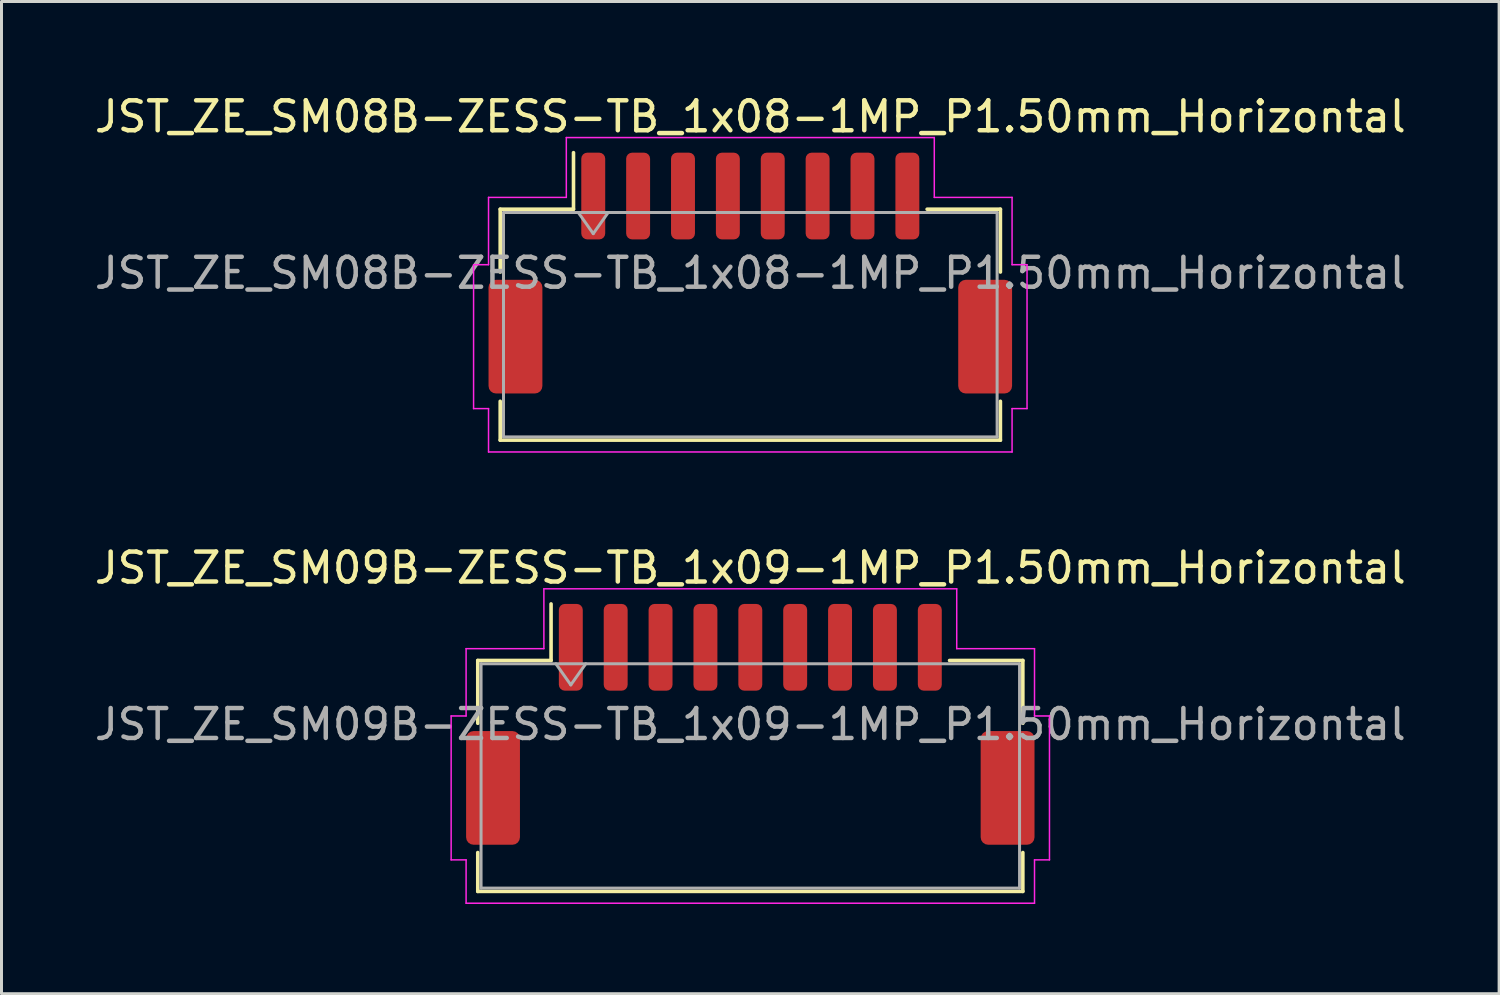
<source format=kicad_pcb>
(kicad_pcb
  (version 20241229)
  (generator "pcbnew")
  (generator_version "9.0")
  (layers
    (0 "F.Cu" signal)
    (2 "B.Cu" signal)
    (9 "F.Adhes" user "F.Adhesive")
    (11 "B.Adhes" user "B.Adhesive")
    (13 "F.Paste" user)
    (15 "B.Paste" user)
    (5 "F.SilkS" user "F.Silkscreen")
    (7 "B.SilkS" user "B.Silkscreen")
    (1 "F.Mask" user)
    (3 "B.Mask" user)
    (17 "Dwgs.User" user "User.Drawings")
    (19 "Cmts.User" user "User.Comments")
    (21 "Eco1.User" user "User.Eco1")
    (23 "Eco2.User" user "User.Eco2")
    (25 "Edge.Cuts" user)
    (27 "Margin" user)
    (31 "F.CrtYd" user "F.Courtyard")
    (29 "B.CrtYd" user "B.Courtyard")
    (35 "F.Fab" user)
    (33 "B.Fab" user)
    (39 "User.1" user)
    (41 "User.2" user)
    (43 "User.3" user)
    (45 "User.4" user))
  (footprint "JST_ZE_SM08B-ZESS-TB_1x08-1MP_P1.50mm_Horizontal"
    (layer "F.Cu")
    (at 22.03 6.078)
    (property "Reference" "JST_ZE_SM08B-ZESS-TB_1x08-1MP_P1.50mm_Horizontal" (at 0 -5.23 0) (layer "F.SilkS") (effects (font (size 1 1) (thickness 0.15))))
    (attr smd)
    (fp_line (start -8.36 -2.135) (end -5.91 -2.135) (stroke (width 0.12) (type solid)) (layer "F.SilkS"))
    (fp_line (start -8.36 -0.035) (end -8.36 -2.135) (stroke (width 0.12) (type solid)) (layer "F.SilkS"))
    (fp_line (start -8.36 4.285) (end -8.36 5.585) (stroke (width 0.12) (type solid)) (layer "F.SilkS"))
    (fp_line (start -8.36 5.585) (end 8.36 5.585) (stroke (width 0.12) (type solid)) (layer "F.SilkS"))
    (fp_line (start -5.91 -2.135) (end -5.91 -4.025) (stroke (width 0.12) (type solid)) (layer "F.SilkS"))
    (fp_line (start 8.36 -2.135) (end 5.91 -2.135) (stroke (width 0.12) (type solid)) (layer "F.SilkS"))
    (fp_line (start 8.36 -0.035) (end 8.36 -2.135) (stroke (width 0.12) (type solid)) (layer "F.SilkS"))
    (fp_line (start 8.36 5.585) (end 8.36 4.285) (stroke (width 0.12) (type solid)) (layer "F.SilkS"))
    (fp_line (start -9.25 -0.28) (end -8.75 -0.28) (stroke (width 0.05) (type solid)) (layer "F.CrtYd"))
    (fp_line (start -9.25 4.53) (end -9.25 -0.28) (stroke (width 0.05) (type solid)) (layer "F.CrtYd"))
    (fp_line (start -8.75 -2.53) (end -6.15 -2.53) (stroke (width 0.05) (type solid)) (layer "F.CrtYd"))
    (fp_line (start -8.75 -0.28) (end -8.75 -2.53) (stroke (width 0.05) (type solid)) (layer "F.CrtYd"))
    (fp_line (start -8.75 4.53) (end -9.25 4.53) (stroke (width 0.05) (type solid)) (layer "F.CrtYd"))
    (fp_line (start -8.75 5.98) (end -8.75 4.53) (stroke (width 0.05) (type solid)) (layer "F.CrtYd"))
    (fp_line (start -6.15 -4.53) (end 6.15 -4.53) (stroke (width 0.05) (type solid)) (layer "F.CrtYd"))
    (fp_line (start -6.15 -2.53) (end -6.15 -4.53) (stroke (width 0.05) (type solid)) (layer "F.CrtYd"))
    (fp_line (start 6.15 -4.53) (end 6.15 -2.53) (stroke (width 0.05) (type solid)) (layer "F.CrtYd"))
    (fp_line (start 6.15 -2.53) (end 8.75 -2.53) (stroke (width 0.05) (type solid)) (layer "F.CrtYd"))
    (fp_line (start 8.75 -2.53) (end 8.75 -0.28) (stroke (width 0.05) (type solid)) (layer "F.CrtYd"))
    (fp_line (start 8.75 -0.28) (end 9.25 -0.28) (stroke (width 0.05) (type solid)) (layer "F.CrtYd"))
    (fp_line (start 8.75 4.53) (end 8.75 5.98) (stroke (width 0.05) (type solid)) (layer "F.CrtYd"))
    (fp_line (start 8.75 5.98) (end -8.75 5.98) (stroke (width 0.05) (type solid)) (layer "F.CrtYd"))
    (fp_line (start 9.25 -0.28) (end 9.25 4.53) (stroke (width 0.05) (type solid)) (layer "F.CrtYd"))
    (fp_line (start 9.25 4.53) (end 8.75 4.53) (stroke (width 0.05) (type solid)) (layer "F.CrtYd"))
    (fp_line (start -8.25 -2.025) (end -8.25 5.475) (stroke (width 0.1) (type solid)) (layer "F.Fab"))
    (fp_line (start -8.25 -2.025) (end 8.25 -2.025) (stroke (width 0.1) (type solid)) (layer "F.Fab"))
    (fp_line (start -8.25 5.475) (end 8.25 5.475) (stroke (width 0.1) (type solid)) (layer "F.Fab"))
    (fp_line (start -5.75 -2.025) (end -5.25 -1.318) (stroke (width 0.1) (type solid)) (layer "F.Fab"))
    (fp_line (start -5.25 -1.318) (end -4.75 -2.025) (stroke (width 0.1) (type solid)) (layer "F.Fab"))
    (fp_line (start 8.25 -2.025) (end 8.25 5.475) (stroke (width 0.1) (type solid)) (layer "F.Fab"))
    (fp_text user "${REFERENCE}" (at 0 0 0) (layer "F.Fab") (effects (font (size 1 1) (thickness 0.15))))
    (pad "1" smd roundrect (at -5.25 -2.575) (size 0.8 2.9) (layers "F.Cu" "F.Mask" "F.Paste") (roundrect_rratio 0.25))
    (pad "2" smd roundrect (at -3.75 -2.575) (size 0.8 2.9) (layers "F.Cu" "F.Mask" "F.Paste") (roundrect_rratio 0.25))
    (pad "3" smd roundrect (at -2.25 -2.575) (size 0.8 2.9) (layers "F.Cu" "F.Mask" "F.Paste") (roundrect_rratio 0.25))
    (pad "4" smd roundrect (at -0.75 -2.575) (size 0.8 2.9) (layers "F.Cu" "F.Mask" "F.Paste") (roundrect_rratio 0.25))
    (pad "5" smd roundrect (at 0.75 -2.575) (size 0.8 2.9) (layers "F.Cu" "F.Mask" "F.Paste") (roundrect_rratio 0.25))
    (pad "6" smd roundrect (at 2.25 -2.575) (size 0.8 2.9) (layers "F.Cu" "F.Mask" "F.Paste") (roundrect_rratio 0.25))
    (pad "7" smd roundrect (at 3.75 -2.575) (size 0.8 2.9) (layers "F.Cu" "F.Mask" "F.Paste") (roundrect_rratio 0.25))
    (pad "8" smd roundrect (at 5.25 -2.575) (size 0.8 2.9) (layers "F.Cu" "F.Mask" "F.Paste") (roundrect_rratio 0.25))
    (pad "MP" smd roundrect (at -7.85 2.125) (size 1.8 3.8) (layers "F.Cu" "F.Mask" "F.Paste") (roundrect_rratio 0.139))
    (pad "MP" smd roundrect (at 7.85 2.125) (size 1.8 3.8) (layers "F.Cu" "F.Mask" "F.Paste") (roundrect_rratio 0.139)))
  (footprint "JST_ZE_SM09B-ZESS-TB_1x09-1MP_P1.50mm_Horizontal"
    (layer "F.Cu")
    (at 22.03 21.162)
    (property "Reference" "JST_ZE_SM09B-ZESS-TB_1x09-1MP_P1.50mm_Horizontal" (at 0 -5.23 0) (layer "F.SilkS") (effects (font (size 1 1) (thickness 0.15))))
    (attr smd)
    (fp_line (start -9.11 -2.135) (end -6.66 -2.135) (stroke (width 0.12) (type solid)) (layer "F.SilkS"))
    (fp_line (start -9.11 -0.035) (end -9.11 -2.135) (stroke (width 0.12) (type solid)) (layer "F.SilkS"))
    (fp_line (start -9.11 4.285) (end -9.11 5.585) (stroke (width 0.12) (type solid)) (layer "F.SilkS"))
    (fp_line (start -9.11 5.585) (end 9.11 5.585) (stroke (width 0.12) (type solid)) (layer "F.SilkS"))
    (fp_line (start -6.66 -2.135) (end -6.66 -4.025) (stroke (width 0.12) (type solid)) (layer "F.SilkS"))
    (fp_line (start 9.11 -2.135) (end 6.66 -2.135) (stroke (width 0.12) (type solid)) (layer "F.SilkS"))
    (fp_line (start 9.11 -0.035) (end 9.11 -2.135) (stroke (width 0.12) (type solid)) (layer "F.SilkS"))
    (fp_line (start 9.11 5.585) (end 9.11 4.285) (stroke (width 0.12) (type solid)) (layer "F.SilkS"))
    (fp_line (start -10 -0.28) (end -9.5 -0.28) (stroke (width 0.05) (type solid)) (layer "F.CrtYd"))
    (fp_line (start -10 4.53) (end -10 -0.28) (stroke (width 0.05) (type solid)) (layer "F.CrtYd"))
    (fp_line (start -9.5 -2.53) (end -6.9 -2.53) (stroke (width 0.05) (type solid)) (layer "F.CrtYd"))
    (fp_line (start -9.5 -0.28) (end -9.5 -2.53) (stroke (width 0.05) (type solid)) (layer "F.CrtYd"))
    (fp_line (start -9.5 4.53) (end -10 4.53) (stroke (width 0.05) (type solid)) (layer "F.CrtYd"))
    (fp_line (start -9.5 5.98) (end -9.5 4.53) (stroke (width 0.05) (type solid)) (layer "F.CrtYd"))
    (fp_line (start -6.9 -4.53) (end 6.9 -4.53) (stroke (width 0.05) (type solid)) (layer "F.CrtYd"))
    (fp_line (start -6.9 -2.53) (end -6.9 -4.53) (stroke (width 0.05) (type solid)) (layer "F.CrtYd"))
    (fp_line (start 6.9 -4.53) (end 6.9 -2.53) (stroke (width 0.05) (type solid)) (layer "F.CrtYd"))
    (fp_line (start 6.9 -2.53) (end 9.5 -2.53) (stroke (width 0.05) (type solid)) (layer "F.CrtYd"))
    (fp_line (start 9.5 -2.53) (end 9.5 -0.28) (stroke (width 0.05) (type solid)) (layer "F.CrtYd"))
    (fp_line (start 9.5 -0.28) (end 10 -0.28) (stroke (width 0.05) (type solid)) (layer "F.CrtYd"))
    (fp_line (start 9.5 4.53) (end 9.5 5.98) (stroke (width 0.05) (type solid)) (layer "F.CrtYd"))
    (fp_line (start 9.5 5.98) (end -9.5 5.98) (stroke (width 0.05) (type solid)) (layer "F.CrtYd"))
    (fp_line (start 10 -0.28) (end 10 4.53) (stroke (width 0.05) (type solid)) (layer "F.CrtYd"))
    (fp_line (start 10 4.53) (end 9.5 4.53) (stroke (width 0.05) (type solid)) (layer "F.CrtYd"))
    (fp_line (start -9 -2.025) (end -9 5.475) (stroke (width 0.1) (type solid)) (layer "F.Fab"))
    (fp_line (start -9 -2.025) (end 9 -2.025) (stroke (width 0.1) (type solid)) (layer "F.Fab"))
    (fp_line (start -9 5.475) (end 9 5.475) (stroke (width 0.1) (type solid)) (layer "F.Fab"))
    (fp_line (start -6.5 -2.025) (end -6 -1.318) (stroke (width 0.1) (type solid)) (layer "F.Fab"))
    (fp_line (start -6 -1.318) (end -5.5 -2.025) (stroke (width 0.1) (type solid)) (layer "F.Fab"))
    (fp_line (start 9 -2.025) (end 9 5.475) (stroke (width 0.1) (type solid)) (layer "F.Fab"))
    (fp_text user "${REFERENCE}" (at 0 0 0) (layer "F.Fab") (effects (font (size 1 1) (thickness 0.15))))
    (pad "1" smd roundrect (at -6 -2.575) (size 0.8 2.9) (layers "F.Cu" "F.Mask" "F.Paste") (roundrect_rratio 0.25))
    (pad "2" smd roundrect (at -4.5 -2.575) (size 0.8 2.9) (layers "F.Cu" "F.Mask" "F.Paste") (roundrect_rratio 0.25))
    (pad "3" smd roundrect (at -3 -2.575) (size 0.8 2.9) (layers "F.Cu" "F.Mask" "F.Paste") (roundrect_rratio 0.25))
    (pad "4" smd roundrect (at -1.5 -2.575) (size 0.8 2.9) (layers "F.Cu" "F.Mask" "F.Paste") (roundrect_rratio 0.25))
    (pad "5" smd roundrect (at 0 -2.575) (size 0.8 2.9) (layers "F.Cu" "F.Mask" "F.Paste") (roundrect_rratio 0.25))
    (pad "6" smd roundrect (at 1.5 -2.575) (size 0.8 2.9) (layers "F.Cu" "F.Mask" "F.Paste") (roundrect_rratio 0.25))
    (pad "7" smd roundrect (at 3 -2.575) (size 0.8 2.9) (layers "F.Cu" "F.Mask" "F.Paste") (roundrect_rratio 0.25))
    (pad "8" smd roundrect (at 4.5 -2.575) (size 0.8 2.9) (layers "F.Cu" "F.Mask" "F.Paste") (roundrect_rratio 0.25))
    (pad "9" smd roundrect (at 6 -2.575) (size 0.8 2.9) (layers "F.Cu" "F.Mask" "F.Paste") (roundrect_rratio 0.25))
    (pad "MP" smd roundrect (at -8.6 2.125) (size 1.8 3.8) (layers "F.Cu" "F.Mask" "F.Paste") (roundrect_rratio 0.139))
    (pad "MP" smd roundrect (at 8.6 2.125) (size 1.8 3.8) (layers "F.Cu" "F.Mask" "F.Paste") (roundrect_rratio 0.139)))
  (gr_rect
    (start -3 -3)
    (end 47.06 30.166)
    (stroke (width 0.1) (type default))
    (fill no)
    (layer "Edge.Cuts")))
</source>
